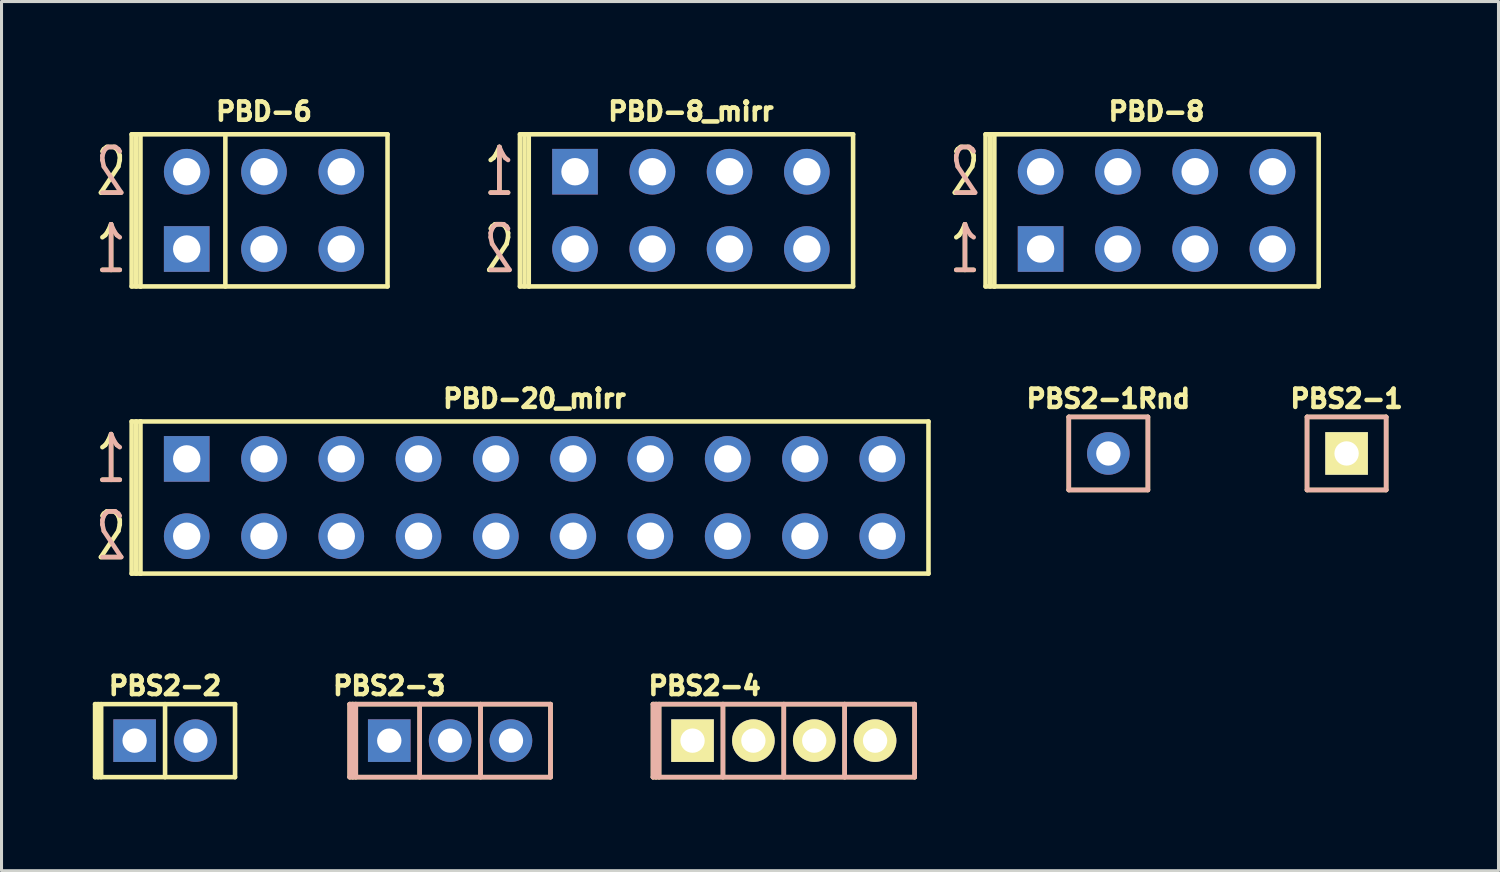
<source format=kicad_pcb>
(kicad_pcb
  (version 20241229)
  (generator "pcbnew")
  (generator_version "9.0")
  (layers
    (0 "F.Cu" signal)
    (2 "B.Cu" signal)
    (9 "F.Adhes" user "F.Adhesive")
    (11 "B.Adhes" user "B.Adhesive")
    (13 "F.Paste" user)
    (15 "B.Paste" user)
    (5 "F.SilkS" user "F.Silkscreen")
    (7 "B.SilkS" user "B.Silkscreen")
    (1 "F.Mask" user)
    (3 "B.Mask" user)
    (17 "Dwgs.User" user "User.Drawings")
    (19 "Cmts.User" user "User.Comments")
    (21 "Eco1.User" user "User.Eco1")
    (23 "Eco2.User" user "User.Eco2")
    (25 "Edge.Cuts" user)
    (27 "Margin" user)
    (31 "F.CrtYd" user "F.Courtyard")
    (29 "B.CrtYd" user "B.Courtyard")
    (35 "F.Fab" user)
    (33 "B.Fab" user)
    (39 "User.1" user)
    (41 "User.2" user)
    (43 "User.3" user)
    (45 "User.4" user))
  (footprint "PBD-8_mirr"
    (layer "F.Cu")
    (at 19.659 3.864)
    (property "Reference" "PBD-8_mirr" (at 0 -3.25 0) (layer "F.SilkS") (effects (font (size 0.6 0.6) (thickness 0.15))))
    (attr through_hole)
    (fp_line (start -5.62 -2.5) (end -5.62 2.5) (stroke (width 0.15) (type solid)) (layer "F.SilkS"))
    (fp_line (start -5.62 2.5) (end -5.32 2.5) (stroke (width 0.15) (type solid)) (layer "F.SilkS"))
    (fp_line (start -5.47 2.5) (end -5.47 -2.5) (stroke (width 0.15) (type solid)) (layer "F.SilkS"))
    (fp_line (start -5.33 -2.5) (end -5.33 2.5) (stroke (width 0.15) (type solid)) (layer "F.SilkS"))
    (fp_line (start -5.33 -2.5) (end 5.33 -2.5) (stroke (width 0.15) (type solid)) (layer "F.SilkS"))
    (fp_line (start -5.32 -2.5) (end -5.62 -2.5) (stroke (width 0.15) (type solid)) (layer "F.SilkS"))
    (fp_line (start 5.33 -2.5) (end 5.33 2.5) (stroke (width 0.15) (type solid)) (layer "F.SilkS"))
    (fp_line (start 5.33 2.5) (end -5.33 2.5) (stroke (width 0.15) (type solid)) (layer "F.SilkS"))
    (fp_text user "2" (at -6.296 1.27 0) (layer "F.SilkS") (effects (font (size 1.5 1) (thickness 0.15))))
    (fp_text user "1" (at -6.296 -1.27 0) (layer "F.SilkS") (effects (font (size 1.5 1) (thickness 0.15))))
    (fp_text user "1" (at -6.296 -1.27 0) (layer "B.SilkS") (effects (font (size 1.5 1) (thickness 0.15)) (justify mirror)))
    (fp_text user "2" (at -6.296 1.27 0) (layer "B.SilkS") (effects (font (size 1.5 1) (thickness 0.15)) (justify mirror)))
    (pad "1" thru_hole rect (at -3.81 -1.27) (size 1.5 1.5) (drill 0.9) (layers "*.Cu" "*.Mask"))
    (pad "2" thru_hole circle (at -3.81 1.27) (size 1.5 1.5) (drill 0.9) (layers "*.Cu" "*.Mask"))
    (pad "3" thru_hole circle (at -1.27 -1.27) (size 1.5 1.5) (drill 0.9) (layers "*.Cu" "*.Mask"))
    (pad "4" thru_hole circle (at -1.27 1.27) (size 1.5 1.5) (drill 0.9) (layers "*.Cu" "*.Mask"))
    (pad "5" thru_hole circle (at 1.27 -1.27) (size 1.5 1.5) (drill 0.9) (layers "*.Cu" "*.Mask"))
    (pad "6" thru_hole circle (at 1.27 1.27) (size 1.5 1.5) (drill 0.9) (layers "*.Cu" "*.Mask"))
    (pad "7" thru_hole circle (at 3.81 -1.27) (size 1.5 1.5) (drill 0.9) (layers "*.Cu" "*.Mask"))
    (pad "8" thru_hole circle (at 3.81 1.27) (size 1.5 1.5) (drill 0.9) (layers "*.Cu" "*.Mask")))
  (footprint "PBS2-2"
    (layer "F.Cu")
    (at 2.375 21.293)
    (property "Reference" "PBS2-2" (at 0 -1.8 0) (layer "F.SilkS") (effects (font (size 0.6 0.6) (thickness 0.15))))
    (attr through_hole)
    (fp_line (start -2.3 -1.2) (end -2.3 1.2) (stroke (width 0.15) (type solid)) (layer "F.SilkS"))
    (fp_line (start -2.3 -1.2) (end 2.3 -1.2) (stroke (width 0.15) (type solid)) (layer "F.SilkS"))
    (fp_line (start -2.2 -1.2) (end -2.2 1.2) (stroke (width 0.15) (type solid)) (layer "F.SilkS"))
    (fp_line (start -2.1 -1.2) (end -2.1 1.2) (stroke (width 0.15) (type solid)) (layer "F.SilkS"))
    (fp_line (start 0 1.2) (end 0 -1.2) (stroke (width 0.15) (type solid)) (layer "F.SilkS"))
    (fp_line (start 2.3 -1.2) (end 2.3 1.2) (stroke (width 0.15) (type solid)) (layer "F.SilkS"))
    (fp_line (start 2.3 1.2) (end -2.3 1.2) (stroke (width 0.15) (type solid)) (layer "F.SilkS"))
    (pad "1" thru_hole rect (at -1 0) (size 1.4 1.4) (drill 0.8) (layers "*.Cu" "*.Mask"))
    (pad "2" thru_hole circle (at 1 0) (size 1.4 1.4) (drill 0.8) (layers "*.Cu" "*.Mask")))
  (footprint "PBS2-3"
    (layer "F.Cu")
    (at 9.744 21.293)
    (property "Reference" "PBS2-3" (at 0 -1.8 0) (layer "F.SilkS") (effects (font (size 0.6 0.6) (thickness 0.15))))
    (attr through_hole)
    (fp_line (start -1.3 -1.2) (end -1.3 1.2) (stroke (width 0.15) (type solid)) (layer "F.SilkS"))
    (fp_line (start -1.3 -1.2) (end 5.3 -1.2) (stroke (width 0.15) (type solid)) (layer "F.SilkS"))
    (fp_line (start -1.2 -1.2) (end -1.2 1.2) (stroke (width 0.15) (type solid)) (layer "F.SilkS"))
    (fp_line (start -1.1 -1.2) (end -1.1 1.2) (stroke (width 0.15) (type solid)) (layer "F.SilkS"))
    (fp_line (start 1 1.2) (end 1 -1.2) (stroke (width 0.15) (type solid)) (layer "F.SilkS"))
    (fp_line (start 3 1.2) (end 3 -1.2) (stroke (width 0.15) (type solid)) (layer "F.SilkS"))
    (fp_line (start 5.3 -1.2) (end 5.3 1.2) (stroke (width 0.15) (type solid)) (layer "F.SilkS"))
    (fp_line (start 5.3 1.2) (end -1.3 1.2) (stroke (width 0.15) (type solid)) (layer "F.SilkS"))
    (fp_line (start -1.3 -1.2) (end -1.3 1.2) (stroke (width 0.15) (type solid)) (layer "B.SilkS"))
    (fp_line (start -1.3 -1.2) (end 5.3 -1.2) (stroke (width 0.15) (type solid)) (layer "B.SilkS"))
    (fp_line (start -1.2 -1.2) (end -1.2 1.2) (stroke (width 0.15) (type solid)) (layer "B.SilkS"))
    (fp_line (start -1.1 -1.2) (end -1.1 1.2) (stroke (width 0.15) (type solid)) (layer "B.SilkS"))
    (fp_line (start 1 1.2) (end 1 -1.2) (stroke (width 0.15) (type solid)) (layer "B.SilkS"))
    (fp_line (start 3 1.2) (end 3 -1.2) (stroke (width 0.15) (type solid)) (layer "B.SilkS"))
    (fp_line (start 5.3 -1.2) (end 5.3 1.2) (stroke (width 0.15) (type solid)) (layer "B.SilkS"))
    (fp_line (start 5.3 1.2) (end -1.3 1.2) (stroke (width 0.15) (type solid)) (layer "B.SilkS"))
    (pad "1" thru_hole rect (at 0 0) (size 1.4 1.4) (drill 0.8) (layers "*.Cu" "*.Mask"))
    (pad "2" thru_hole circle (at 2 0) (size 1.4 1.4) (drill 0.8) (layers "*.Cu" "*.Mask"))
    (pad "3" thru_hole circle (at 4 0) (size 1.4 1.4) (drill 0.8) (layers "*.Cu" "*.Mask")))
  (footprint "PBS2-1"
    (layer "F.Cu")
    (at 41.209 11.854)
    (property "Reference" "PBS2-1" (at 0 -1.8 0) (layer "F.SilkS") (effects (font (size 0.6 0.6) (thickness 0.15))))
    (attr through_hole)
    (fp_line (start -1.3 1.2) (end -1.3 -1.2) (stroke (width 0.15) (type solid)) (layer "F.SilkS"))
    (fp_line (start 1.3 -1.2) (end -1.3 -1.2) (stroke (width 0.15) (type solid)) (layer "F.SilkS"))
    (fp_line (start 1.3 1.2) (end -1.3 1.2) (stroke (width 0.15) (type solid)) (layer "F.SilkS"))
    (fp_line (start 1.3 1.2) (end 1.3 -1.2) (stroke (width 0.15) (type solid)) (layer "F.SilkS"))
    (fp_line (start -1.3 -1.2) (end -1.3 1.2) (stroke (width 0.15) (type solid)) (layer "B.SilkS"))
    (fp_line (start -1.3 -1.2) (end 1.3 -1.2) (stroke (width 0.15) (type solid)) (layer "B.SilkS"))
    (fp_line (start -1.3 1.2) (end 1.3 1.2) (stroke (width 0.15) (type solid)) (layer "B.SilkS"))
    (fp_line (start 1.3 -1.2) (end 1.3 1.2) (stroke (width 0.15) (type solid)) (layer "B.SilkS"))
    (pad "1" thru_hole rect (at 0 0) (size 1.4 1.4) (drill 0.8) (layers "*.Cu" "*.Mask" "F.SilkS")))
  (footprint "PBD-20_mirr"
    (layer "F.Cu")
    (at 14.517 13.303)
    (property "Reference" "PBD-20_mirr" (at 0 -3.25 0) (layer "F.SilkS") (effects (font (size 0.6 0.6) (thickness 0.15))))
    (attr through_hole)
    (fp_line (start -13.24 -2.5) (end -13.24 2.5) (stroke (width 0.15) (type solid)) (layer "F.SilkS"))
    (fp_line (start -13.24 2.5) (end -12.94 2.5) (stroke (width 0.15) (type solid)) (layer "F.SilkS"))
    (fp_line (start -13.09 2.5) (end -13.09 -2.5) (stroke (width 0.15) (type solid)) (layer "F.SilkS"))
    (fp_line (start -12.95 -2.5) (end -12.95 2.5) (stroke (width 0.15) (type solid)) (layer "F.SilkS"))
    (fp_line (start -12.95 -2.5) (end 12.95 -2.5) (stroke (width 0.15) (type solid)) (layer "F.SilkS"))
    (fp_line (start -12.94 -2.5) (end -13.24 -2.5) (stroke (width 0.15) (type solid)) (layer "F.SilkS"))
    (fp_line (start 12.95 -2.5) (end 12.95 2.5) (stroke (width 0.15) (type solid)) (layer "F.SilkS"))
    (fp_line (start 12.95 2.5) (end -12.95 2.5) (stroke (width 0.15) (type solid)) (layer "F.SilkS"))
    (fp_text user "1" (at -13.916 -1.27 0) (layer "F.SilkS") (effects (font (size 1.5 1) (thickness 0.15))))
    (fp_text user "2" (at -13.916 1.27 0) (layer "F.SilkS") (effects (font (size 1.5 1) (thickness 0.15))))
    (fp_text user "2" (at -13.916 1.27 0) (layer "B.SilkS") (effects (font (size 1.5 1) (thickness 0.15)) (justify mirror)))
    (fp_text user "1" (at -13.916 -1.27 0) (layer "B.SilkS") (effects (font (size 1.5 1) (thickness 0.15)) (justify mirror)))
    (pad "1" thru_hole rect (at -11.43 -1.27) (size 1.5 1.5) (drill 0.9) (layers "*.Cu" "*.Mask"))
    (pad "2" thru_hole circle (at -11.43 1.27) (size 1.5 1.5) (drill 0.9) (layers "*.Cu" "*.Mask"))
    (pad "3" thru_hole circle (at -8.89 -1.27) (size 1.5 1.5) (drill 0.9) (layers "*.Cu" "*.Mask"))
    (pad "4" thru_hole circle (at -8.89 1.27) (size 1.5 1.5) (drill 0.9) (layers "*.Cu" "*.Mask"))
    (pad "5" thru_hole circle (at -6.35 -1.27) (size 1.5 1.5) (drill 0.9) (layers "*.Cu" "*.Mask"))
    (pad "6" thru_hole circle (at -6.35 1.27) (size 1.5 1.5) (drill 0.9) (layers "*.Cu" "*.Mask"))
    (pad "7" thru_hole circle (at -3.81 -1.27) (size 1.5 1.5) (drill 0.9) (layers "*.Cu" "*.Mask"))
    (pad "8" thru_hole circle (at -3.81 1.27) (size 1.5 1.5) (drill 0.9) (layers "*.Cu" "*.Mask"))
    (pad "9" thru_hole circle (at -1.27 -1.27) (size 1.5 1.5) (drill 0.9) (layers "*.Cu" "*.Mask"))
    (pad "10" thru_hole circle (at -1.27 1.27) (size 1.5 1.5) (drill 0.9) (layers "*.Cu" "*.Mask"))
    (pad "11" thru_hole circle (at 1.27 -1.27) (size 1.5 1.5) (drill 0.9) (layers "*.Cu" "*.Mask"))
    (pad "12" thru_hole circle (at 1.27 1.27) (size 1.5 1.5) (drill 0.9) (layers "*.Cu" "*.Mask"))
    (pad "13" thru_hole circle (at 3.81 -1.27) (size 1.5 1.5) (drill 0.9) (layers "*.Cu" "*.Mask"))
    (pad "14" thru_hole circle (at 3.81 1.27) (size 1.5 1.5) (drill 0.9) (layers "*.Cu" "*.Mask"))
    (pad "15" thru_hole circle (at 6.35 -1.27) (size 1.5 1.5) (drill 0.9) (layers "*.Cu" "*.Mask"))
    (pad "16" thru_hole circle (at 6.35 1.27) (size 1.5 1.5) (drill 0.9) (layers "*.Cu" "*.Mask"))
    (pad "17" thru_hole circle (at 8.89 -1.27) (size 1.5 1.5) (drill 0.9) (layers "*.Cu" "*.Mask"))
    (pad "18" thru_hole circle (at 8.89 1.27) (size 1.5 1.5) (drill 0.9) (layers "*.Cu" "*.Mask"))
    (pad "19" thru_hole circle (at 11.43 -1.27) (size 1.5 1.5) (drill 0.9) (layers "*.Cu" "*.Mask"))
    (pad "20" thru_hole circle (at 11.43 1.27) (size 1.5 1.5) (drill 0.9) (layers "*.Cu" "*.Mask")))
  (footprint "PBS2-1Rnd"
    (layer "F.Cu")
    (at 33.379 11.854)
    (property "Reference" "PBS2-1Rnd" (at 0 -1.8 0) (layer "F.SilkS") (effects (font (size 0.6 0.6) (thickness 0.15))))
    (attr through_hole)
    (fp_line (start -1.3 1.2) (end -1.3 -1.2) (stroke (width 0.15) (type solid)) (layer "F.SilkS"))
    (fp_line (start 1.3 -1.2) (end -1.3 -1.2) (stroke (width 0.15) (type solid)) (layer "F.SilkS"))
    (fp_line (start 1.3 1.2) (end -1.3 1.2) (stroke (width 0.15) (type solid)) (layer "F.SilkS"))
    (fp_line (start 1.3 1.2) (end 1.3 -1.2) (stroke (width 0.15) (type solid)) (layer "F.SilkS"))
    (fp_line (start -1.3 -1.2) (end -1.3 1.2) (stroke (width 0.15) (type solid)) (layer "B.SilkS"))
    (fp_line (start -1.3 -1.2) (end 1.3 -1.2) (stroke (width 0.15) (type solid)) (layer "B.SilkS"))
    (fp_line (start -1.3 1.2) (end 1.3 1.2) (stroke (width 0.15) (type solid)) (layer "B.SilkS"))
    (fp_line (start 1.3 -1.2) (end 1.3 1.2) (stroke (width 0.15) (type solid)) (layer "B.SilkS"))
    (pad "1" thru_hole circle (at 0 0) (size 1.4 1.4) (drill 0.8) (layers "*.Cu" "*.Mask")))
  (footprint "PBS2-4"
    (layer "F.Cu")
    (at 19.712 21.293)
    (property "Reference" "PBS2-4" (at 0.4 -1.8 0) (layer "F.SilkS") (effects (font (size 0.6 0.6) (thickness 0.15))))
    (attr through_hole)
    (fp_line (start -1.3 -1.2) (end -1.3 1.2) (stroke (width 0.15) (type solid)) (layer "F.SilkS"))
    (fp_line (start -1.3 -1.2) (end 7.3 -1.2) (stroke (width 0.15) (type solid)) (layer "F.SilkS"))
    (fp_line (start -1.2 -1.2) (end -1.2 1.2) (stroke (width 0.15) (type solid)) (layer "F.SilkS"))
    (fp_line (start -1.1 -1.2) (end -1.1 1.2) (stroke (width 0.15) (type solid)) (layer "F.SilkS"))
    (fp_line (start 1 1.2) (end 1 -1.2) (stroke (width 0.15) (type solid)) (layer "F.SilkS"))
    (fp_line (start 3 1.2) (end 3 -1.2) (stroke (width 0.15) (type solid)) (layer "F.SilkS"))
    (fp_line (start 5 1.2) (end 5 -1.2) (stroke (width 0.15) (type solid)) (layer "F.SilkS"))
    (fp_line (start 7.3 -1.2) (end 7.3 1.2) (stroke (width 0.15) (type solid)) (layer "F.SilkS"))
    (fp_line (start 7.3 1.2) (end -1.3 1.2) (stroke (width 0.15) (type solid)) (layer "F.SilkS"))
    (fp_line (start -1.3 -1.2) (end -1.3 1.2) (stroke (width 0.15) (type solid)) (layer "B.SilkS"))
    (fp_line (start -1.3 -1.2) (end 7.3 -1.2) (stroke (width 0.15) (type solid)) (layer "B.SilkS"))
    (fp_line (start -1.2 -1.2) (end -1.2 1.2) (stroke (width 0.15) (type solid)) (layer "B.SilkS"))
    (fp_line (start -1.1 -1.2) (end -1.1 1.2) (stroke (width 0.15) (type solid)) (layer "B.SilkS"))
    (fp_line (start 1 1.2) (end 1 -1.2) (stroke (width 0.15) (type solid)) (layer "B.SilkS"))
    (fp_line (start 3 1.2) (end 3 -1.2) (stroke (width 0.15) (type solid)) (layer "B.SilkS"))
    (fp_line (start 5 1.2) (end 5 -1.2) (stroke (width 0.15) (type solid)) (layer "B.SilkS"))
    (fp_line (start 7.3 -1.2) (end 7.3 1.2) (stroke (width 0.15) (type solid)) (layer "B.SilkS"))
    (fp_line (start 7.3 1.2) (end -1.3 1.2) (stroke (width 0.15) (type solid)) (layer "B.SilkS"))
    (pad "1" thru_hole rect (at 0 0) (size 1.4 1.4) (drill 0.8) (layers "*.Cu" "*.Mask" "F.SilkS"))
    (pad "2" thru_hole circle (at 2 0) (size 1.4 1.4) (drill 0.8) (layers "*.Cu" "*.Mask" "F.SilkS"))
    (pad "3" thru_hole circle (at 4 0) (size 1.4 1.4) (drill 0.8) (layers "*.Cu" "*.Mask" "F.SilkS"))
    (pad "4" thru_hole circle (at 6 0) (size 1.4 1.4) (drill 0.8) (layers "*.Cu" "*.Mask" "F.SilkS")))
  (footprint "PBD-6"
    (layer "F.Cu")
    (at 5.627 3.864)
    (property "Reference" "PBD-6" (at 0 -3.25 0) (layer "F.SilkS") (effects (font (size 0.6 0.6) (thickness 0.15))))
    (attr through_hole)
    (fp_line (start -4.35 -2.5) (end -4.35 2.5) (stroke (width 0.15) (type solid)) (layer "F.SilkS"))
    (fp_line (start -4.35 2.5) (end -4.05 2.5) (stroke (width 0.15) (type solid)) (layer "F.SilkS"))
    (fp_line (start -4.2 2.5) (end -4.2 -2.5) (stroke (width 0.15) (type solid)) (layer "F.SilkS"))
    (fp_line (start -4.06 -2.5) (end 4.06 -2.5) (stroke (width 0.15) (type solid)) (layer "F.SilkS"))
    (fp_line (start -4.06 2.5) (end -4.06 -2.5) (stroke (width 0.15) (type solid)) (layer "F.SilkS"))
    (fp_line (start -4.05 -2.5) (end -4.35 -2.5) (stroke (width 0.15) (type solid)) (layer "F.SilkS"))
    (fp_line (start -1.27 -2.5) (end -1.27 2.5) (stroke (width 0.15) (type solid)) (layer "F.SilkS"))
    (fp_line (start 4.06 -2.5) (end 4.06 2.5) (stroke (width 0.15) (type solid)) (layer "F.SilkS"))
    (fp_line (start 4.06 2.5) (end -4.06 2.5) (stroke (width 0.15) (type solid)) (layer "F.SilkS"))
    (fp_text user "2" (at -5.026 -1.27 0) (layer "F.SilkS") (effects (font (size 1.5 1) (thickness 0.15))))
    (fp_text user "1" (at -5.026 1.27 0) (layer "F.SilkS") (effects (font (size 1.5 1) (thickness 0.15))))
    (fp_text user "2" (at -5.026 -1.27 0) (layer "B.SilkS") (effects (font (size 1.5 1) (thickness 0.15)) (justify mirror)))
    (fp_text user "1" (at -5.026 1.27 0) (layer "B.SilkS") (effects (font (size 1.5 1) (thickness 0.15)) (justify mirror)))
    (pad "1" thru_hole rect (at -2.54 1.27) (size 1.5 1.5) (drill 0.9) (layers "*.Cu" "*.Mask"))
    (pad "2" thru_hole circle (at -2.54 -1.27) (size 1.5 1.5) (drill 0.9) (layers "*.Cu" "*.Mask"))
    (pad "3" thru_hole circle (at 0 1.27) (size 1.5 1.5) (drill 0.9) (layers "*.Cu" "*.Mask"))
    (pad "4" thru_hole circle (at 0 -1.27) (size 1.5 1.5) (drill 0.9) (layers "*.Cu" "*.Mask"))
    (pad "5" thru_hole circle (at 2.54 1.27) (size 1.5 1.5) (drill 0.9) (layers "*.Cu" "*.Mask"))
    (pad "6" thru_hole circle (at 2.54 -1.27) (size 1.5 1.5) (drill 0.9) (layers "*.Cu" "*.Mask")))
  (footprint "PBD-8"
    (layer "F.Cu")
    (at 34.962 3.864)
    (property "Reference" "PBD-8" (at 0 -3.25 0) (layer "F.SilkS") (effects (font (size 0.6 0.6) (thickness 0.15))))
    (attr through_hole)
    (fp_line (start -5.62 -2.5) (end -5.62 2.5) (stroke (width 0.15) (type solid)) (layer "F.SilkS"))
    (fp_line (start -5.62 2.5) (end -5.32 2.5) (stroke (width 0.15) (type solid)) (layer "F.SilkS"))
    (fp_line (start -5.47 2.5) (end -5.47 -2.5) (stroke (width 0.15) (type solid)) (layer "F.SilkS"))
    (fp_line (start -5.33 -2.5) (end -5.33 2.5) (stroke (width 0.15) (type solid)) (layer "F.SilkS"))
    (fp_line (start -5.33 -2.5) (end 5.33 -2.5) (stroke (width 0.15) (type solid)) (layer "F.SilkS"))
    (fp_line (start -5.32 -2.5) (end -5.62 -2.5) (stroke (width 0.15) (type solid)) (layer "F.SilkS"))
    (fp_line (start 5.33 -2.5) (end 5.33 2.5) (stroke (width 0.15) (type solid)) (layer "F.SilkS"))
    (fp_line (start 5.33 2.5) (end -5.33 2.5) (stroke (width 0.15) (type solid)) (layer "F.SilkS"))
    (fp_text user "1" (at -6.296 1.27 0) (layer "F.SilkS") (effects (font (size 1.5 1) (thickness 0.15))))
    (fp_text user "2" (at -6.296 -1.27 0) (layer "F.SilkS") (effects (font (size 1.5 1) (thickness 0.15))))
    (fp_text user "1" (at -6.296 1.27 0) (layer "B.SilkS") (effects (font (size 1.5 1) (thickness 0.15)) (justify mirror)))
    (fp_text user "2" (at -6.296 -1.27 0) (layer "B.SilkS") (effects (font (size 1.5 1) (thickness 0.15)) (justify mirror)))
    (pad "1" thru_hole rect (at -3.81 1.27) (size 1.5 1.5) (drill 0.9) (layers "*.Cu" "*.Mask"))
    (pad "2" thru_hole circle (at -3.81 -1.27) (size 1.5 1.5) (drill 0.9) (layers "*.Cu" "*.Mask"))
    (pad "3" thru_hole circle (at -1.27 1.27) (size 1.5 1.5) (drill 0.9) (layers "*.Cu" "*.Mask"))
    (pad "4" thru_hole circle (at -1.27 -1.27) (size 1.5 1.5) (drill 0.9) (layers "*.Cu" "*.Mask"))
    (pad "5" thru_hole circle (at 1.27 1.27) (size 1.5 1.5) (drill 0.9) (layers "*.Cu" "*.Mask"))
    (pad "6" thru_hole circle (at 1.27 -1.27) (size 1.5 1.5) (drill 0.9) (layers "*.Cu" "*.Mask"))
    (pad "7" thru_hole circle (at 3.81 1.27) (size 1.5 1.5) (drill 0.9) (layers "*.Cu" "*.Mask"))
    (pad "8" thru_hole circle (at 3.81 -1.27) (size 1.5 1.5) (drill 0.9) (layers "*.Cu" "*.Mask")))
  (gr_rect
    (start -3 -3)
    (end 46.202 25.568)
    (stroke (width 0.1) (type default))
    (fill no)
    (layer "Edge.Cuts")))
</source>
